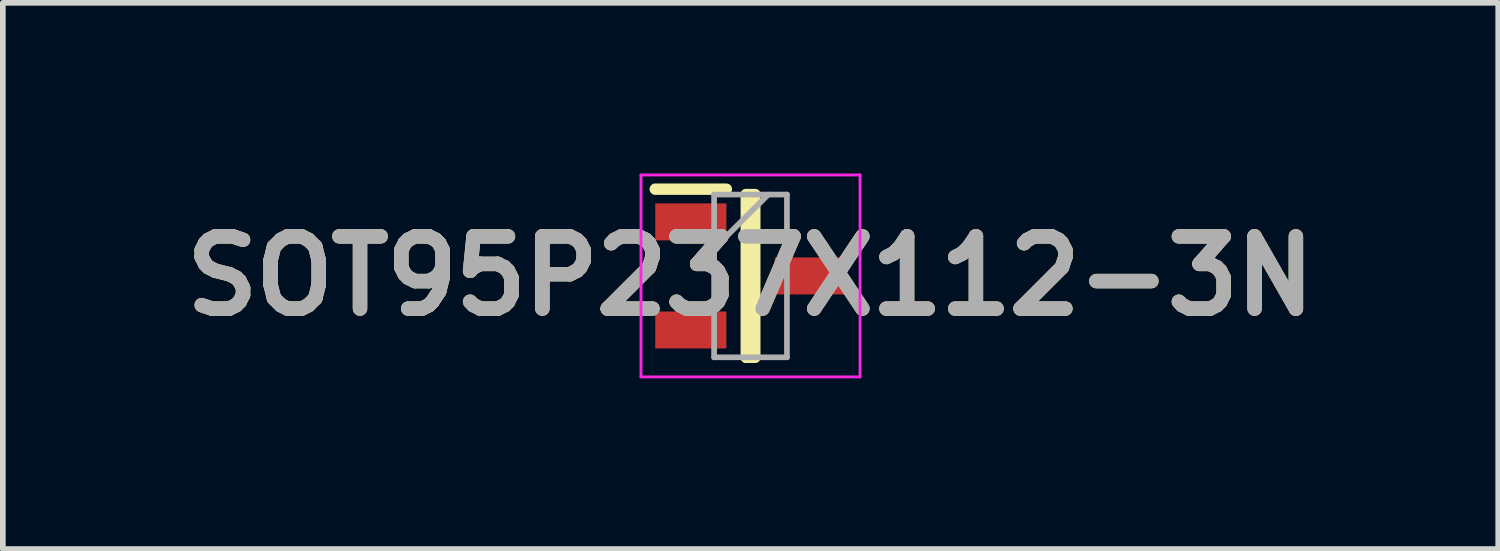
<source format=kicad_pcb>
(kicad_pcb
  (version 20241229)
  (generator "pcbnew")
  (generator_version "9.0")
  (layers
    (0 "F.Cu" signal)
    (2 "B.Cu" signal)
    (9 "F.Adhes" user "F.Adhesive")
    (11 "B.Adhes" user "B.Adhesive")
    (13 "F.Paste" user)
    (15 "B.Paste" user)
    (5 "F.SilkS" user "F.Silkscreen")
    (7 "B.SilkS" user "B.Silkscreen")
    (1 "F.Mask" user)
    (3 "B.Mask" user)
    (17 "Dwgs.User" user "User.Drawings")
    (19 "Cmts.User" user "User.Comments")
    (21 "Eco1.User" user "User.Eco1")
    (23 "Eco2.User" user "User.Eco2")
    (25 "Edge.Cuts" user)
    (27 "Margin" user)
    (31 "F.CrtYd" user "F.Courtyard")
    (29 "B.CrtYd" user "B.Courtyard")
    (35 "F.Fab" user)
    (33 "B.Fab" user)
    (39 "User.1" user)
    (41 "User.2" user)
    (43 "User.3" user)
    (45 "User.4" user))
  (footprint "SOT95P237X112-3N"
    (layer "F.Cu")
    (at 10.142 1.8)
    (property "Reference" "SOT95P237X112-3N" (at 0 0 0) (layer "F.SilkS") (effects (font (size 1.27 1.27) (thickness 0.254))))
    (attr smd)
    (fp_line (start -1.675 -1.525) (end -0.425 -1.525) (stroke (width 0.2) (type solid)) (layer "F.SilkS"))
    (fp_line (start -0.075 -1.43) (end 0.075 -1.43) (stroke (width 0.2) (type solid)) (layer "F.SilkS"))
    (fp_line (start -0.075 1.43) (end -0.075 -1.43) (stroke (width 0.2) (type solid)) (layer "F.SilkS"))
    (fp_line (start 0.075 -1.43) (end 0.075 1.43) (stroke (width 0.2) (type solid)) (layer "F.SilkS"))
    (fp_line (start 0.075 1.43) (end -0.075 1.43) (stroke (width 0.2) (type solid)) (layer "F.SilkS"))
    (fp_line (start -1.925 -1.775) (end 1.925 -1.775) (stroke (width 0.05) (type solid)) (layer "F.CrtYd"))
    (fp_line (start -1.925 1.775) (end -1.925 -1.775) (stroke (width 0.05) (type solid)) (layer "F.CrtYd"))
    (fp_line (start 1.925 -1.775) (end 1.925 1.775) (stroke (width 0.05) (type solid)) (layer "F.CrtYd"))
    (fp_line (start 1.925 1.775) (end -1.925 1.775) (stroke (width 0.05) (type solid)) (layer "F.CrtYd"))
    (fp_line (start -0.64 -1.43) (end 0.64 -1.43) (stroke (width 0.1) (type solid)) (layer "F.Fab"))
    (fp_line (start -0.64 -0.48) (end 0.31 -1.43) (stroke (width 0.1) (type solid)) (layer "F.Fab"))
    (fp_line (start -0.64 1.43) (end -0.64 -1.43) (stroke (width 0.1) (type solid)) (layer "F.Fab"))
    (fp_line (start 0.64 -1.43) (end 0.64 1.43) (stroke (width 0.1) (type solid)) (layer "F.Fab"))
    (fp_line (start 0.64 1.43) (end -0.64 1.43) (stroke (width 0.1) (type solid)) (layer "F.Fab"))
    (fp_text user "${REFERENCE}" (at 0 0 0) (layer "F.Fab") (effects (font (size 1.27 1.27) (thickness 0.254))))
    (pad "1" smd rect (at -1.05 -0.95 90) (size 0.65 1.25) (layers "F.Cu" "F.Mask" "F.Paste"))
    (pad "2" smd rect (at -1.05 0.95 90) (size 0.65 1.25) (layers "F.Cu" "F.Mask" "F.Paste"))
    (pad "3" smd rect (at 1.05 0 90) (size 0.65 1.25) (layers "F.Cu" "F.Mask" "F.Paste")))
  (gr_rect
    (start -3 -3)
    (end 23.284 6.6)
    (stroke (width 0.1) (type default))
    (fill no)
    (layer "Edge.Cuts")))
</source>
